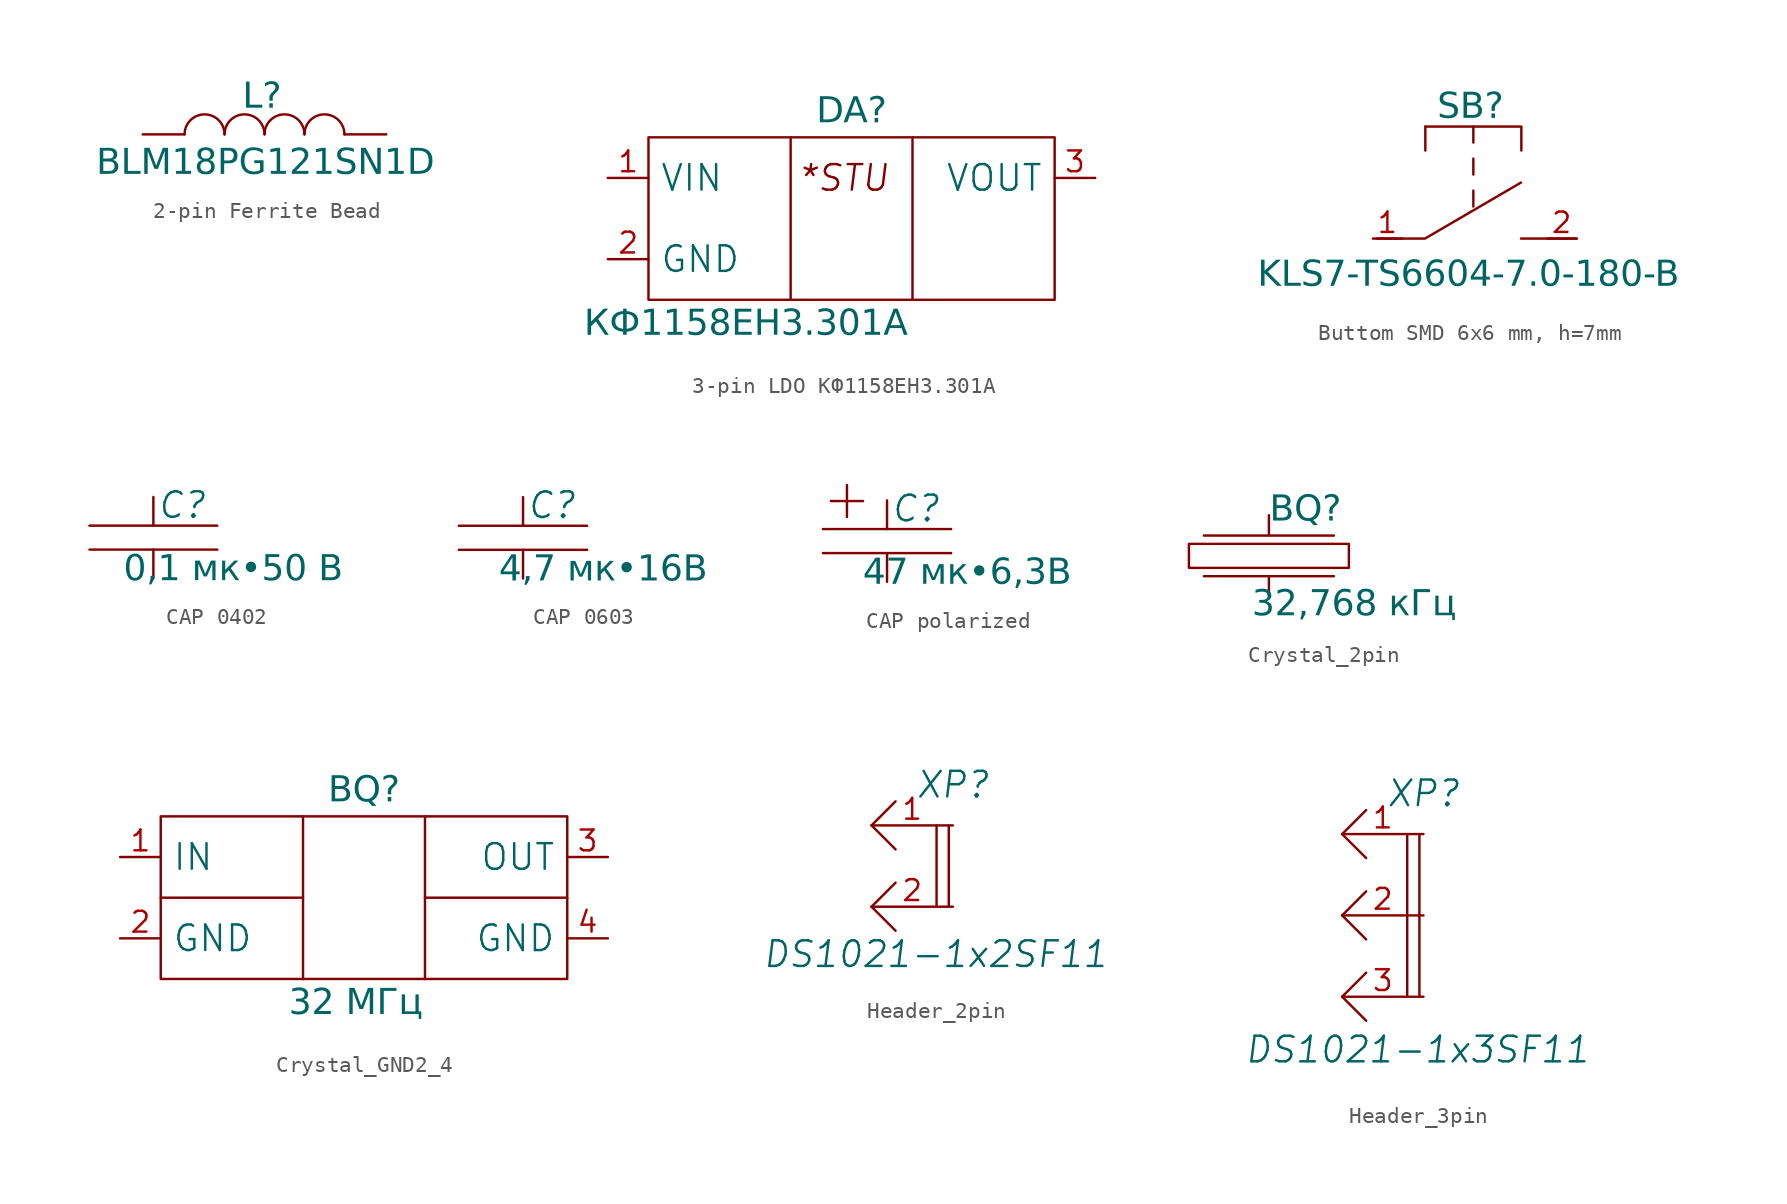
<source format=kicad_sym>
(kicad_symbol_lib
  (version 20231120)
  (generator "kicad_symbol_editor")
  (generator_version "8.0")
  (symbol "2-pin Ferrite Bead"
    (pin_numbers hide)
    (pin_names
      (offset 0) hide)
    (property "Reference" "L"
      (at -0.157 3.269 0)
      (effects (font (face "GOST type A") (size 1.6 1.6) (italic yes)) (justify top)))
    (property "Value" "BLM18PG121SN1D"
      (at 0.056 -1.807 0)
      (effects (font (face "GOST type A") (size 1.6 1.6) (italic yes))))
    (symbol "2-pin Ferrite Bead_0_1"
      (arc (start -2.5 0) (mid -3.75 1.25) (end -5 0) (stroke (width 0) (type default)) (fill (type none)))
      (arc (start 0 0) (mid -1.25 1.25) (end -2.5 0) (stroke (width 0) (type default)) (fill (type none)))
      (arc (start 2.5 0) (mid 1.25 1.25) (end 0 0) (stroke (width 0) (type default)) (fill (type none)))
      (arc (start 5 0) (mid 3.75 1.25) (end 2.5 0) (stroke (width 0) (type default)) (fill (type none))))
    (symbol "2-pin Ferrite Bead_1_1"
      (pin passive line (at -7.62 0 0) (length 2.62) (name "~" (effects (font (size 1.27 1.27)))) (number "1" (effects (font (size 1.27 1.27)))))
      (pin passive line (at 7.62 0 180) (length 2.62) (name "~" (effects (font (size 1.27 1.27)))) (number "2" (effects (font (size 1.27 1.27)))))))
  (symbol "3-pin LDO КФ1158ЕН3.301А"
    (pin_names
      (offset 0.7))
    (property "Reference" "DA"
      (at 0 5.08 0)
      (effects (font (face "GOST type A") (size 1.6 1.6) (italic yes)) (justify top)))
    (property "Value" "КФ1158ЕН3.301А"
      (at -6.604 -9.144 0)
      (effects (font (face "GOST type A") (size 1.6 1.6) (italic yes))))
    (symbol "3-pin LDO КФ1158ЕН3.301А_0_1"
      (polyline (pts (xy -3.81 2.54) (xy -3.81 -7.62)) (stroke (width 0) (type default)) (fill (type none)))
      (polyline (pts (xy 3.81 2.54) (xy 3.81 -7.62)) (stroke (width 0) (type default)) (fill (type none))))
    (symbol "3-pin LDO КФ1158ЕН3.301А_1_1"
      (polyline (pts (xy -12.7 -7.62) (xy -12.7 2.54) (xy 12.7 2.54) (xy 12.7 -7.62) (xy -12.7 -7.62) (xy -12.7 -7.62)) (stroke (width 0) (type default)) (fill (type none)))
      (text "*STU" (at -0.508 0 0) (effects (font (size 1.6 1.6) (italic yes))))
      (pin passive line (at -15.24 0 0) (length 2.54) (name "VIN" (effects (font (size 1.6 1.6)))) (number "1" (effects (font (size 1.3 1.3)))))
      (pin passive line (at -15.24 -5.08 0) (length 2.54) (name "GND" (effects (font (size 1.6 1.6)))) (number "2" (effects (font (size 1.3 1.3)))))
      (pin passive line (at 15.24 0 180) (length 2.54) (name "VOUT" (effects (font (size 1.6 1.6)))) (number "3" (effects (font (size 1.3 1.3)))))))
  (symbol "Buttom SMD 6x6 mm, h=7mm"
    (pin_names
      (offset 0) hide)
    (property "Reference" "SB"
      (at 6.096 9.144 0)
      (effects (font (face "GOST type A") (size 1.6 1.6) (italic yes)) (justify top)))
    (property "Value" "KLS7-TS6604-7.0-180-B"
      (at 5.969 -2.286 0)
      (effects (font (face "GOST type A") (size 1.6 1.6) (italic yes))))
    (symbol "Buttom SMD 6x6 mm, h=7mm_0_1"
      (polyline (pts (xy 3.278 7) (xy 3.278 5.5)) (stroke (width 0) (type default)) (fill (type none)))
      (polyline (pts (xy 6.278 2) (xy 6.278 3)) (stroke (width 0) (type default)) (fill (type none)))
      (polyline (pts (xy 6.278 4) (xy 6.278 5)) (stroke (width 0) (type default)) (fill (type none)))
      (polyline (pts (xy 6.278 6) (xy 6.278 7)) (stroke (width 0) (type default)) (fill (type none)))
      (polyline (pts (xy 9.254 0) (xy 12.754 0)) (stroke (width 0) (type default)) (fill (type none)))
      (polyline (pts (xy 0.254 0) (xy 3.254 0) (xy 9.254 3.5)) (stroke (width 0) (type default)) (fill (type none)))
      (polyline (pts (xy 3.278 7) (xy 9.278 7) (xy 9.278 5.5)) (stroke (width 0) (type default)) (fill (type none))))
    (symbol "Buttom SMD 6x6 mm, h=7mm_1_1"
      (pin passive line (at 0 0 0) (length 1.81) (name "~" (effects (font (size 1.27 1.27)))) (number "1" (effects (font (size 1.27 1.27)))))
      (pin passive line (at 12.7 0 180) (length 1.81) (name "2" (effects (font (size 1.27 1.27)))) (number "2" (effects (font (size 1.27 1.27)))))))
  (symbol "CAP 0402"
    (pin_numbers hide)
    (pin_names hide)
    (property "Reference" "C"
      (at 1.778 2.032 0)
      (effects (font (size 1.6 1.6) (italic yes))))
    (property "Value" "0,1 мк•50 В"
      (at 5 -2 0)
      (effects (font (face "GOST type A") (size 1.6 1.6) (italic yes))))
    (symbol "CAP 0402_0_1"
      (polyline (pts (xy -4 -0.75) (xy 4 -0.75)) (stroke (width 0) (type default)) (fill (type none)))
      (polyline (pts (xy -4 0.75) (xy 4 0.75)) (stroke (width 0) (type default)) (fill (type none))))
    (symbol "CAP 0402_1_1"
      (pin passive line (at 0 2.54 270) (length 1.79) (name "~" (effects (font (size 1.27 1.27)))) (number "1" (effects (font (size 1.27 1.27)))))
      (pin passive line (at 0 -2.54 90) (length 1.79) (name "~" (effects (font (size 1.27 1.27)))) (number "2" (effects (font (size 1.27 1.27)))))))
  (symbol "CAP 0603"
    (pin_numbers hide)
    (pin_names hide)
    (property "Reference" "C"
      (at 1.778 2.032 0)
      (effects (font (size 1.6 1.6) (italic yes))))
    (property "Value" "4,7 мк•16В"
      (at 5 -2 0)
      (effects (font (face "GOST type A") (size 1.6 1.6) (italic yes))))
    (symbol "CAP 0603_0_1"
      (polyline (pts (xy -4 -0.75) (xy 4 -0.75)) (stroke (width 0) (type default)) (fill (type none)))
      (polyline (pts (xy -4 0.75) (xy 4 0.75)) (stroke (width 0) (type default)) (fill (type none))))
    (symbol "CAP 0603_1_1"
      (pin passive line (at 0 2.54 270) (length 1.79) (name "~" (effects (font (size 1.27 1.27)))) (number "1" (effects (font (size 1.27 1.27)))))
      (pin passive line (at 0 -2.54 90) (length 1.79) (name "~" (effects (font (size 1.27 1.27)))) (number "2" (effects (font (size 1.27 1.27)))))))
  (symbol "CAP polarized"
    (pin_numbers hide)
    (pin_names hide)
    (property "Reference" "C"
      (at 1.778 2.032 0)
      (effects (font (size 1.6 1.6) (italic yes))))
    (property "Value" "47 мк•6,3В"
      (at 5 -2 0)
      (effects (font (face "GOST type A") (size 1.6 1.6) (italic yes))))
    (symbol "CAP polarized_0_1"
      (polyline (pts (xy -4 -0.75) (xy 4 -0.75)) (stroke (width 0) (type default)) (fill (type none)))
      (polyline (pts (xy -4 0.75) (xy 4 0.75)) (stroke (width 0) (type default)) (fill (type none)))
      (polyline (pts (xy -3.5 2.5) (xy -1.5 2.5)) (stroke (width 0) (type default)) (fill (type none)))
      (polyline (pts (xy -2.5 1.5) (xy -2.5 3.5)) (stroke (width 0) (type default)) (fill (type none))))
    (symbol "CAP polarized_1_1"
      (pin passive line (at 0 2.54 270) (length 1.79) (name "~" (effects (font (size 1.27 1.27)))) (number "1" (effects (font (size 1.27 1.27)))))
      (pin passive line (at 0 -2.54 90) (length 1.79) (name "~" (effects (font (size 1.27 1.27)))) (number "2" (effects (font (size 1.27 1.27)))))))
  (symbol "Crystal_2pin"
    (pin_numbers hide)
    (pin_names
      (offset 0.7) hide)
    (property "Reference" "BQ"
      (at 2.286 3.81 0)
      (effects (font (face "GOST type A") (size 1.6 1.6) (italic yes)) (justify top)))
    (property "Value" "32,768 кГц"
      (at 5.334 -3.048 0)
      (effects (font (face "GOST type A") (size 1.6 1.6) (italic yes))))
    (symbol "Crystal_2pin_0_1"
      (polyline (pts (xy -4.064 -1.27) (xy 4.064 -1.27)) (stroke (width 0) (type default)) (fill (type none)))
      (polyline (pts (xy -4.064 1.27) (xy 4.064 1.27)) (stroke (width 0) (type default)) (fill (type none)))
      (polyline (pts (xy 0 0.75) (xy -5 0.75) (xy -5 -0.75) (xy 5 -0.75) (xy 5 0.75) (xy 0 0.75)) (stroke (width 0) (type default)) (fill (type none))))
    (symbol "Crystal_2pin_1_1"
      (pin passive line (at 0 2.54 270) (length 1.25) (name "~" (effects (font (size 1.6 1.6)))) (number "1" (effects (font (size 1.3 1.3)))))
      (pin passive line (at 0 -2.54 90) (length 1.25) (name "~" (effects (font (size 1.6 1.6)))) (number "2" (effects (font (size 1.3 1.3)))))))
  (symbol "Crystal_GND2_4"
    (pin_names
      (offset 0.7))
    (property "Reference" "BQ"
      (at 15.24 5.08 0)
      (effects (font (face "GOST type A") (size 1.6 1.6) (italic yes)) (justify top)))
    (property "Value" "32 МГц"
      (at 14.732 -9.144 0)
      (effects (font (face "GOST type A") (size 1.6 1.6) (italic yes))))
    (symbol "Crystal_GND2_4_0_1"
      (polyline (pts (xy 2.54 -2.54) (xy 11.43 -2.54)) (stroke (width 0) (type default)) (fill (type none)))
      (polyline (pts (xy 11.43 2.54) (xy 11.43 -7.62)) (stroke (width 0) (type default)) (fill (type none)))
      (polyline (pts (xy 19.05 -2.54) (xy 27.94 -2.54)) (stroke (width 0) (type default)) (fill (type none)))
      (polyline (pts (xy 19.05 2.54) (xy 19.05 -7.62)) (stroke (width 0) (type default)) (fill (type none))))
    (symbol "Crystal_GND2_4_1_1"
      (polyline (pts (xy 2.54 -7.62) (xy 2.54 2.54) (xy 27.94 2.54) (xy 27.94 -7.62) (xy 2.54 -7.62) (xy 2.54 -7.62)) (stroke (width 0) (type default)) (fill (type none)))
      (pin passive line (at 0 0 0) (length 2.54) (name "IN" (effects (font (size 1.6 1.6)))) (number "1" (effects (font (size 1.3 1.3)))))
      (pin passive line (at 0 -5.08 0) (length 2.54) (name "GND" (effects (font (size 1.6 1.6)))) (number "2" (effects (font (size 1.3 1.3)))))
      (pin passive line (at 30.48 0 180) (length 2.54) (name "OUT" (effects (font (size 1.6 1.6)))) (number "3" (effects (font (size 1.3 1.3)))))
      (pin passive line (at 30.48 -5.08 180) (length 2.54) (name "GND" (effects (font (size 1.6 1.6)))) (number "4" (effects (font (size 1.3 1.3)))))))
  (symbol "Header_2pin"
    (pin_names
      (offset 2))
    (property "Reference" "XP"
      (at 0 2.54 0)
      (effects (font (size 1.6 1.6) (italic yes))))
    (property "Value" "DS1021-1x2SF11"
      (at -1.09 -8.046 0)
      (effects (font (size 1.6 1.6) (italic yes))))
    (symbol "Header_2pin_0_1"
      (polyline (pts (xy -1.016 0) (xy -1.016 -5.08)) (stroke (width 0) (type default)) (fill (type none)))
      (polyline (pts (xy -0.254 0) (xy -0.254 -5.08)) (stroke (width 0) (type default)) (fill (type none))))
    (symbol "Header_2pin_1_1"
      (polyline (pts (xy -5.08 -5.08) (xy -3.58 -6.58)) (stroke (width 0) (type default)) (fill (type none)))
      (polyline (pts (xy -5.08 -5.08) (xy -3.58 -3.58)) (stroke (width 0) (type default)) (fill (type none)))
      (polyline (pts (xy -5.08 0) (xy -3.58 -1.5)) (stroke (width 0) (type default)) (fill (type none)))
      (polyline (pts (xy -5.08 0) (xy -3.58 1.5)) (stroke (width 0) (type default)) (fill (type none)))
      (pin passive line (at 0 0 180) (length 5.08) (name "~" (effects (font (size 1.6 1.6)))) (number "1" (effects (font (size 1.3 1.3)))))
      (pin passive line (at 0 -5.08 180) (length 5.08) (name "~" (effects (font (size 1.6 1.6)))) (number "2" (effects (font (size 1.3 1.3)))))))
  (symbol "Header_3pin"
    (pin_names
      (offset 2))
    (property "Reference" "XP"
      (at 0 2.54 0)
      (effects (font (size 1.6 1.6) (italic yes))))
    (property "Value" "DS1021-1x3SF11"
      (at -0.379 -13.463 0)
      (effects (font (size 1.6 1.6) (italic yes))))
    (symbol "Header_3pin_0_1"
      (polyline (pts (xy -1.016 0) (xy -1.016 -10.16)) (stroke (width 0) (type default)) (fill (type none)))
      (polyline (pts (xy -0.254 0) (xy -0.254 -10.16)) (stroke (width 0) (type default)) (fill (type none))))
    (symbol "Header_3pin_1_1"
      (polyline (pts (xy -5.08 -10.16) (xy -3.58 -11.66)) (stroke (width 0) (type default)) (fill (type none)))
      (polyline (pts (xy -5.08 -10.16) (xy -3.58 -8.66)) (stroke (width 0) (type default)) (fill (type none)))
      (polyline (pts (xy -5.08 -5.08) (xy -3.58 -6.58)) (stroke (width 0) (type default)) (fill (type none)))
      (polyline (pts (xy -5.08 -5.08) (xy -3.58 -3.58)) (stroke (width 0) (type default)) (fill (type none)))
      (polyline (pts (xy -5.08 0) (xy -3.58 -1.5)) (stroke (width 0) (type default)) (fill (type none)))
      (polyline (pts (xy -5.08 0) (xy -3.58 1.5)) (stroke (width 0) (type default)) (fill (type none)))
      (pin passive line (at 0 0 180) (length 5.08) (name "~" (effects (font (size 1.6 1.6)))) (number "1" (effects (font (size 1.3 1.3)))))
      (pin passive line (at 0 -5.08 180) (length 5.08) (name "~" (effects (font (size 1.6 1.6)))) (number "2" (effects (font (size 1.3 1.3)))))
      (pin passive line (at 0 -10.16 180) (length 5.08) (name "~" (effects (font (size 1.6 1.6)))) (number "3" (effects (font (size 1.3 1.3))))))))
</source>
